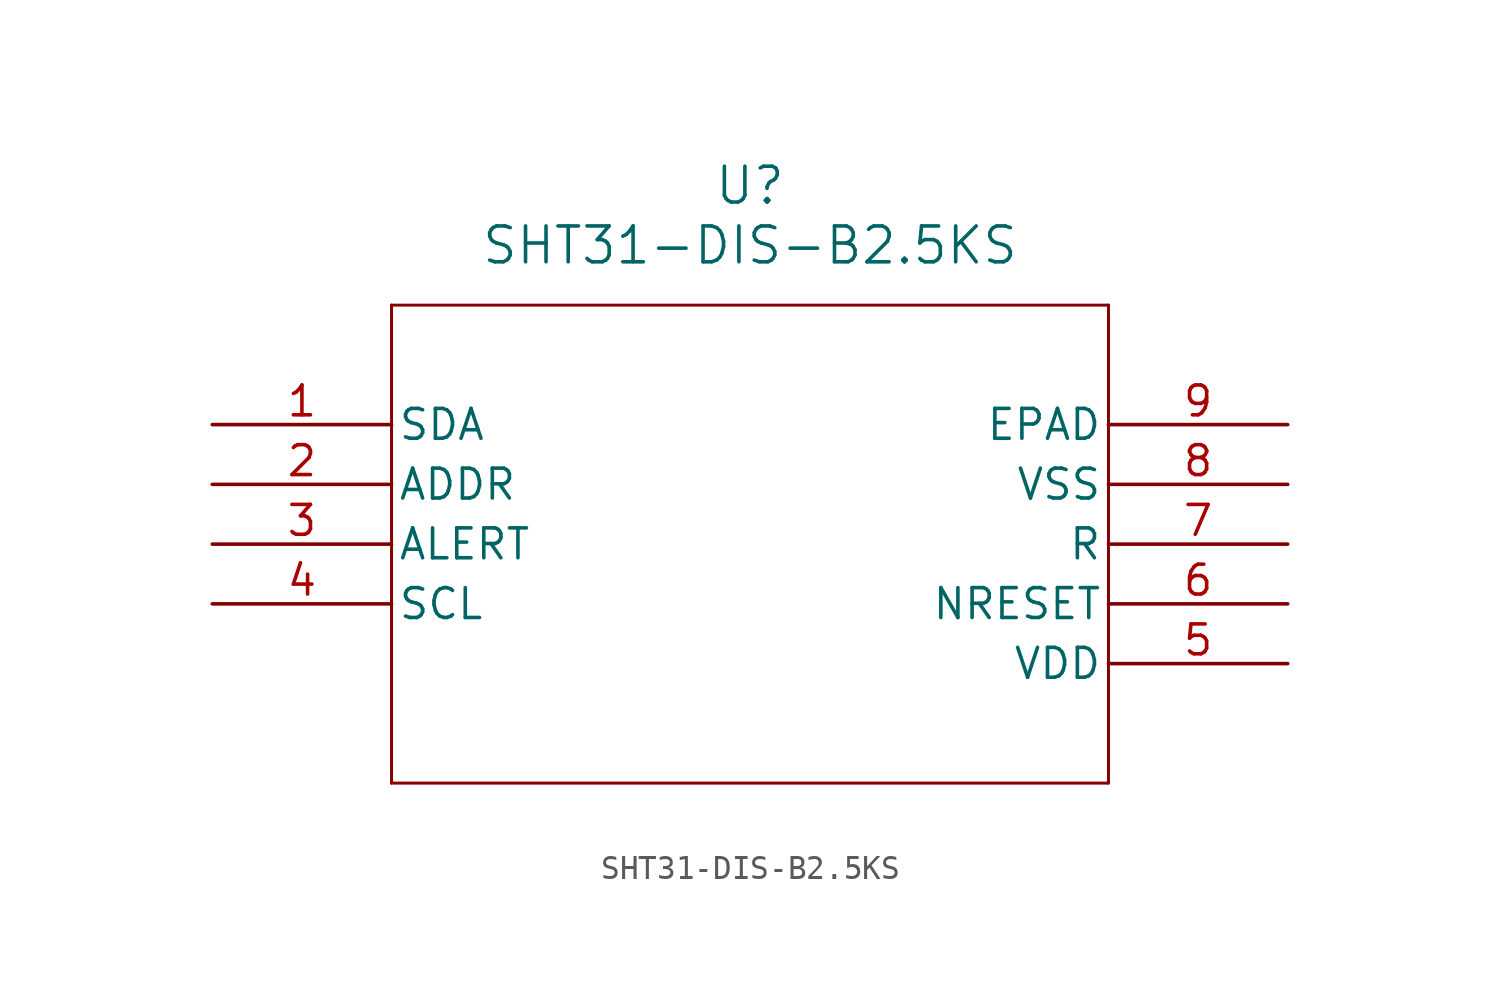
<source format=kicad_sym>
(kicad_symbol_lib
  (version 20211014)
  (generator kicad_symbol_editor)
  (symbol "SHT31-DIS-B2.5KS"
    (pin_names
      (offset 0.254))
    (property "Reference" "U"
      (at 22.86 10.16 0)
      (effects (font (size 1.524 1.524))))
    (property "Value" "SHT31-DIS-B2.5KS"
      (at 22.86 7.62 0)
      (effects (font (size 1.524 1.524))))
    (symbol "SHT31-DIS-B2.5KS_0_1"
      (polyline (pts (xy 7.62 5.08) (xy 7.62 -15.24)) (stroke (width 0.127) (type default) (color 0 0 0 0)) (fill (type none)))
      (polyline (pts (xy 7.62 -15.24) (xy 38.1 -15.24)) (stroke (width 0.127) (type default) (color 0 0 0 0)) (fill (type none)))
      (polyline (pts (xy 38.1 -15.24) (xy 38.1 5.08)) (stroke (width 0.127) (type default) (color 0 0 0 0)) (fill (type none)))
      (polyline (pts (xy 38.1 5.08) (xy 7.62 5.08)) (stroke (width 0.127) (type default) (color 0 0 0 0)) (fill (type none)))
      (pin bidirectional line (at 0 0 0) (length 7.62) (name "SDA" (effects (font (size 1.27 1.27)))) (number "1" (effects (font (size 1.27 1.27)))))
      (pin input line (at 0 -2.54 0) (length 7.62) (name "ADDR" (effects (font (size 1.27 1.27)))) (number "2" (effects (font (size 1.27 1.27)))))
      (pin output line (at 0 -5.08 0) (length 7.62) (name "ALERT" (effects (font (size 1.27 1.27)))) (number "3" (effects (font (size 1.27 1.27)))))
      (pin bidirectional line (at 0 -7.62 0) (length 7.62) (name "SCL" (effects (font (size 1.27 1.27)))) (number "4" (effects (font (size 1.27 1.27)))))
      (pin power_in line (at 45.72 -10.16 180) (length 7.62) (name "VDD" (effects (font (size 1.27 1.27)))) (number "5" (effects (font (size 1.27 1.27)))))
      (pin input line (at 45.72 -7.62 180) (length 7.62) (name "NRESET" (effects (font (size 1.27 1.27)))) (number "6" (effects (font (size 1.27 1.27)))))
      (pin power_out line (at 45.72 -5.08 180) (length 7.62) (name "R" (effects (font (size 1.27 1.27)))) (number "7" (effects (font (size 1.27 1.27)))))
      (pin power_out line (at 45.72 -2.54 180) (length 7.62) (name "VSS" (effects (font (size 1.27 1.27)))) (number "8" (effects (font (size 1.27 1.27)))))
      (pin power_out line (at 45.72 0 180) (length 7.62) (name "EPAD" (effects (font (size 1.27 1.27)))) (number "9" (effects (font (size 1.27 1.27))))))))
</source>
